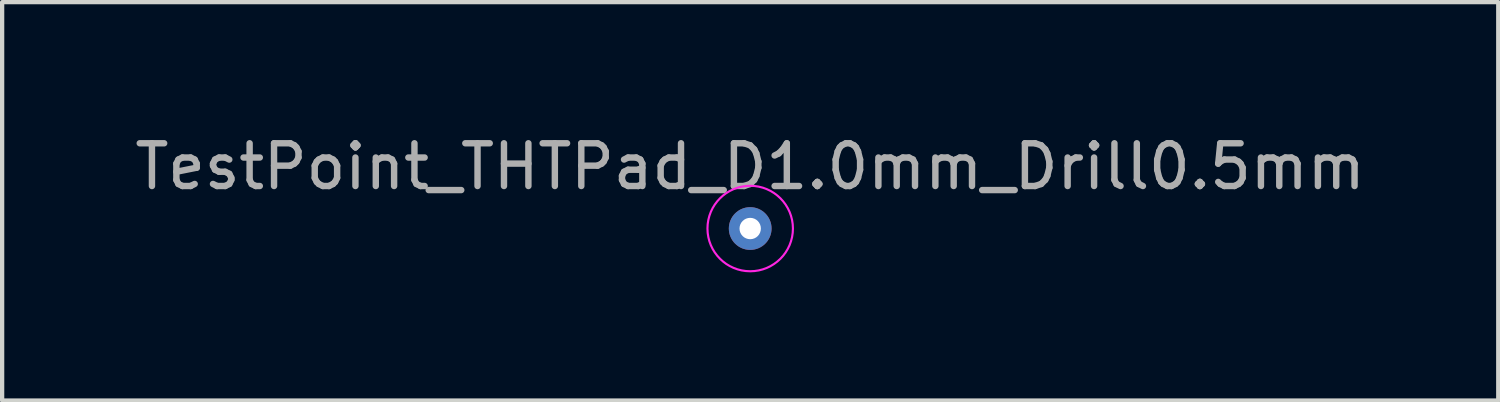
<source format=kicad_pcb>
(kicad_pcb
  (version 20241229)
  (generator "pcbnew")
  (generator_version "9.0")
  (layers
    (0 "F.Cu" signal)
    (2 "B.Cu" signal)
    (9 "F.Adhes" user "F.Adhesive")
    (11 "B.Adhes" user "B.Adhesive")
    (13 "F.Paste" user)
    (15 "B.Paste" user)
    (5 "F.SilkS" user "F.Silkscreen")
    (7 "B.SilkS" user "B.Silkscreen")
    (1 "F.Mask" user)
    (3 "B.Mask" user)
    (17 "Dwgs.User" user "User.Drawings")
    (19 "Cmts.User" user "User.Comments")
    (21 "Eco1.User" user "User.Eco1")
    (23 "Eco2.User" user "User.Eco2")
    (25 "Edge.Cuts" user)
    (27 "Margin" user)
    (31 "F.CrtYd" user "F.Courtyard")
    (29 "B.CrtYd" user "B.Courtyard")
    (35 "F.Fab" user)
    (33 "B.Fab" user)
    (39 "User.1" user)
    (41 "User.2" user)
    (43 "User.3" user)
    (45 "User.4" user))
  (footprint "TestPoint_THTPad_D1.0mm_Drill0.5mm"
    (layer "F.Cu")
    (at 14.506 2.298)
    (property "Reference" "TestPoint_THTPad_D1.0mm_Drill0.5mm" (at 0 -1.448 0) (layer "User.1") (effects (font (size 1 1) (thickness 0.15))))
    (attr exclude_from_pos_files exclude_from_bom)
    (fp_circle (center 0 0) (end 1 0) (stroke (width 0.05) (type solid)) (fill no) (layer "F.CrtYd"))
    (fp_circle (center 0 0) (end 0.7 0) (stroke (width 0.12) (type solid)) (fill no) (layer "User.1"))
    (fp_text user "${REFERENCE}" (at 0 -1.45 0) (layer "F.Fab") (effects (font (size 1 1) (thickness 0.15))))
    (pad "1" thru_hole circle (at 0 0) (size 1 1) (drill 0.5) (layers "*.Cu" "*.Mask")))
  (gr_rect
    (start -3 -3)
    (end 32.012 6.323)
    (stroke (width 0.1) (type default))
    (fill no)
    (layer "Edge.Cuts")))
</source>
